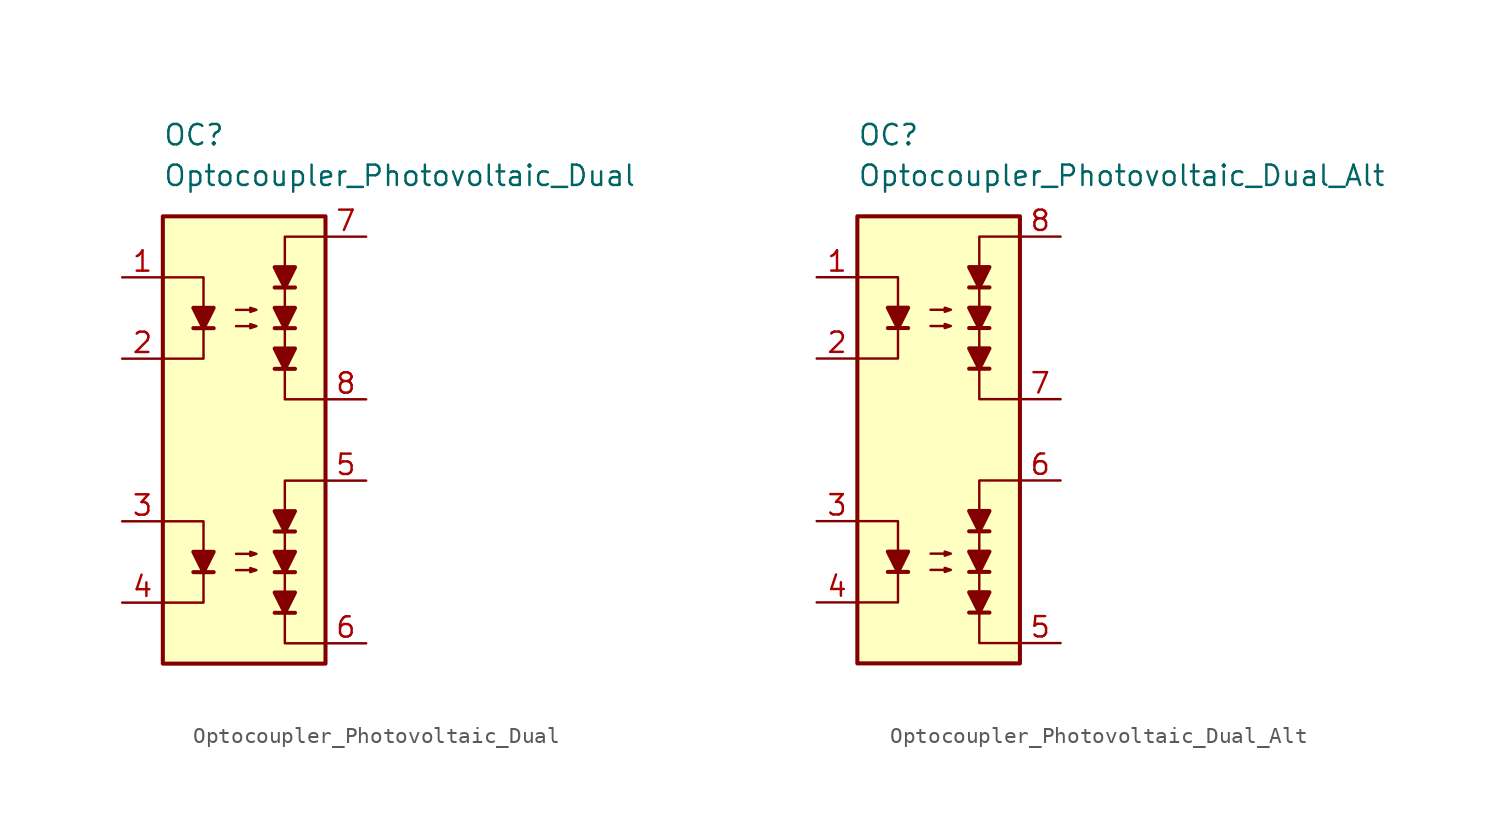
<source format=kicad_sym>
(kicad_symbol_lib
  (version 20211014)
  (generator kicad_symbol_editor)
  (symbol "Optocoupler_Photovoltaic_Dual"
    (pin_names
      (offset 1.016))
    (property "Reference" "OC"
      (at -5.08 19.05 0)
      (effects (font (size 1.27 1.27)) (justify left)))
    (property "Value" "Optocoupler_Photovoltaic_Dual"
      (at -5.08 16.51 0)
      (effects (font (size 1.27 1.27)) (justify left)))
    (symbol "Optocoupler_Photovoltaic_Dual_0_0"
      (polyline (pts (xy 5.08 2.54) (xy 2.54 2.54) (xy 2.54 12.7) (xy 5.08 12.7)) (stroke (width 0) (type default) (color 0 0 0 0)) (fill (type none))))
    (symbol "Optocoupler_Photovoltaic_Dual_0_1"
      (rectangle (start -5.08 13.97) (end 5.08 -13.97) (stroke (width 0.254) (type default) (color 0 0 0 0)) (fill (type background)))
      (polyline (pts (xy -3.175 6.985) (xy -1.905 6.985)) (stroke (width 0.254) (type default) (color 0 0 0 0)) (fill (type none)))
      (polyline (pts (xy -5.08 10.16) (xy -2.54 10.16) (xy -2.54 6.985)) (stroke (width 0) (type default) (color 0 0 0 0)) (fill (type none)))
      (polyline (pts (xy -2.54 6.985) (xy -2.54 5.08) (xy -5.08 5.08)) (stroke (width 0) (type default) (color 0 0 0 0)) (fill (type none)))
      (polyline (pts (xy -2.54 6.985) (xy -3.175 8.255) (xy -1.905 8.255) (xy -2.54 6.985)) (stroke (width 0.254) (type default) (color 0 0 0 0)) (fill (type outline)))
      (polyline (pts (xy -0.508 7.112) (xy 0.762 7.112) (xy 0.381 6.985) (xy 0.381 7.239) (xy 0.762 7.112)) (stroke (width 0) (type default) (color 0 0 0 0)) (fill (type none)))
      (polyline (pts (xy -0.508 8.128) (xy 0.762 8.128) (xy 0.381 8.001) (xy 0.381 8.255) (xy 0.762 8.128)) (stroke (width 0) (type default) (color 0 0 0 0)) (fill (type none))))
    (symbol "Optocoupler_Photovoltaic_Dual_1_1"
      (polyline (pts (xy -3.175 -8.255) (xy -1.905 -8.255)) (stroke (width 0.254) (type default) (color 0 0 0 0)) (fill (type none)))
      (polyline (pts (xy 1.905 -10.795) (xy 3.175 -10.795)) (stroke (width 0.254) (type default) (color 0 0 0 0)) (fill (type none)))
      (polyline (pts (xy 1.905 -8.255) (xy 3.175 -8.255)) (stroke (width 0.254) (type default) (color 0 0 0 0)) (fill (type none)))
      (polyline (pts (xy 1.905 -5.715) (xy 3.175 -5.715)) (stroke (width 0.254) (type default) (color 0 0 0 0)) (fill (type none)))
      (polyline (pts (xy 1.905 4.445) (xy 3.175 4.445)) (stroke (width 0.254) (type default) (color 0 0 0 0)) (fill (type none)))
      (polyline (pts (xy 1.905 6.985) (xy 3.175 6.985)) (stroke (width 0.254) (type default) (color 0 0 0 0)) (fill (type none)))
      (polyline (pts (xy 1.905 9.525) (xy 3.175 9.525)) (stroke (width 0.254) (type default) (color 0 0 0 0)) (fill (type none)))
      (polyline (pts (xy -5.08 -5.08) (xy -2.54 -5.08) (xy -2.54 -8.255)) (stroke (width 0) (type default) (color 0 0 0 0)) (fill (type none)))
      (polyline (pts (xy -2.54 -8.255) (xy -2.54 -10.16) (xy -5.08 -10.16)) (stroke (width 0) (type default) (color 0 0 0 0)) (fill (type none)))
      (polyline (pts (xy -2.54 -8.255) (xy -3.175 -6.985) (xy -1.905 -6.985) (xy -2.54 -8.255)) (stroke (width 0.254) (type default) (color 0 0 0 0)) (fill (type outline)))
      (polyline (pts (xy 2.54 -10.795) (xy 1.905 -9.525) (xy 3.175 -9.525) (xy 2.54 -10.795)) (stroke (width 0.254) (type default) (color 0 0 0 0)) (fill (type outline)))
      (polyline (pts (xy 2.54 -8.255) (xy 1.905 -6.985) (xy 3.175 -6.985) (xy 2.54 -8.255)) (stroke (width 0.254) (type default) (color 0 0 0 0)) (fill (type outline)))
      (polyline (pts (xy 2.54 -5.715) (xy 1.905 -4.445) (xy 3.175 -4.445) (xy 2.54 -5.715)) (stroke (width 0.254) (type default) (color 0 0 0 0)) (fill (type outline)))
      (polyline (pts (xy 2.54 4.445) (xy 1.905 5.715) (xy 3.175 5.715) (xy 2.54 4.445)) (stroke (width 0.254) (type default) (color 0 0 0 0)) (fill (type outline)))
      (polyline (pts (xy 2.54 6.985) (xy 1.905 8.255) (xy 3.175 8.255) (xy 2.54 6.985)) (stroke (width 0.254) (type default) (color 0 0 0 0)) (fill (type outline)))
      (polyline (pts (xy 2.54 9.525) (xy 1.905 10.795) (xy 3.175 10.795) (xy 2.54 9.525)) (stroke (width 0.254) (type default) (color 0 0 0 0)) (fill (type outline)))
      (polyline (pts (xy 5.08 -12.7) (xy 2.54 -12.7) (xy 2.54 -2.54) (xy 5.08 -2.54)) (stroke (width 0) (type default) (color 0 0 0 0)) (fill (type none)))
      (polyline (pts (xy -0.508 -8.128) (xy 0.762 -8.128) (xy 0.381 -8.255) (xy 0.381 -8.001) (xy 0.762 -8.128)) (stroke (width 0) (type default) (color 0 0 0 0)) (fill (type none)))
      (polyline (pts (xy -0.508 -7.112) (xy 0.762 -7.112) (xy 0.381 -7.239) (xy 0.381 -6.985) (xy 0.762 -7.112)) (stroke (width 0) (type default) (color 0 0 0 0)) (fill (type none)))
      (pin passive line (at -7.62 10.16 0) (length 2.54) (name "~" (effects (font (size 1.27 1.27)))) (number "1" (effects (font (size 1.27 1.27)))))
      (pin passive line (at -7.62 5.08 0) (length 2.54) (name "~" (effects (font (size 1.27 1.27)))) (number "2" (effects (font (size 1.27 1.27)))))
      (pin passive line (at -7.62 -5.08 0) (length 2.54) (name "~" (effects (font (size 1.27 1.27)))) (number "3" (effects (font (size 1.27 1.27)))))
      (pin passive line (at -7.62 -10.16 0) (length 2.54) (name "~" (effects (font (size 1.27 1.27)))) (number "4" (effects (font (size 1.27 1.27)))))
      (pin passive line (at 7.62 -2.54 180) (length 2.54) (name "~" (effects (font (size 1.27 1.27)))) (number "5" (effects (font (size 1.27 1.27)))))
      (pin passive line (at 7.62 -12.7 180) (length 2.54) (name "~" (effects (font (size 1.27 1.27)))) (number "6" (effects (font (size 1.27 1.27)))))
      (pin passive line (at 7.62 12.7 180) (length 2.54) (name "~" (effects (font (size 1.27 1.27)))) (number "7" (effects (font (size 1.27 1.27)))))
      (pin passive line (at 7.62 2.54 180) (length 2.54) (name "~" (effects (font (size 1.27 1.27)))) (number "8" (effects (font (size 1.27 1.27)))))))
  (symbol "Optocoupler_Photovoltaic_Dual_Alt"
    (pin_names
      (offset 1.016))
    (property "Reference" "OC"
      (at -5.08 19.05 0)
      (effects (font (size 1.27 1.27)) (justify left)))
    (property "Value" "Optocoupler_Photovoltaic_Dual_Alt"
      (at -5.08 16.51 0)
      (effects (font (size 1.27 1.27)) (justify left)))
    (symbol "Optocoupler_Photovoltaic_Dual_Alt_0_0"
      (polyline (pts (xy 5.08 2.54) (xy 2.54 2.54) (xy 2.54 12.7) (xy 5.08 12.7)) (stroke (width 0) (type default) (color 0 0 0 0)) (fill (type none))))
    (symbol "Optocoupler_Photovoltaic_Dual_Alt_0_1"
      (rectangle (start -5.08 13.97) (end 5.08 -13.97) (stroke (width 0.254) (type default) (color 0 0 0 0)) (fill (type background)))
      (polyline (pts (xy -3.175 6.985) (xy -1.905 6.985)) (stroke (width 0.254) (type default) (color 0 0 0 0)) (fill (type none)))
      (polyline (pts (xy -5.08 10.16) (xy -2.54 10.16) (xy -2.54 6.985)) (stroke (width 0) (type default) (color 0 0 0 0)) (fill (type none)))
      (polyline (pts (xy -2.54 6.985) (xy -2.54 5.08) (xy -5.08 5.08)) (stroke (width 0) (type default) (color 0 0 0 0)) (fill (type none)))
      (polyline (pts (xy -2.54 6.985) (xy -3.175 8.255) (xy -1.905 8.255) (xy -2.54 6.985)) (stroke (width 0.254) (type default) (color 0 0 0 0)) (fill (type outline)))
      (polyline (pts (xy -0.508 7.112) (xy 0.762 7.112) (xy 0.381 6.985) (xy 0.381 7.239) (xy 0.762 7.112)) (stroke (width 0) (type default) (color 0 0 0 0)) (fill (type none)))
      (polyline (pts (xy -0.508 8.128) (xy 0.762 8.128) (xy 0.381 8.001) (xy 0.381 8.255) (xy 0.762 8.128)) (stroke (width 0) (type default) (color 0 0 0 0)) (fill (type none))))
    (symbol "Optocoupler_Photovoltaic_Dual_Alt_1_1"
      (polyline (pts (xy -3.175 -8.255) (xy -1.905 -8.255)) (stroke (width 0.254) (type default) (color 0 0 0 0)) (fill (type none)))
      (polyline (pts (xy 1.905 -10.795) (xy 3.175 -10.795)) (stroke (width 0.254) (type default) (color 0 0 0 0)) (fill (type none)))
      (polyline (pts (xy 1.905 -8.255) (xy 3.175 -8.255)) (stroke (width 0.254) (type default) (color 0 0 0 0)) (fill (type none)))
      (polyline (pts (xy 1.905 -5.715) (xy 3.175 -5.715)) (stroke (width 0.254) (type default) (color 0 0 0 0)) (fill (type none)))
      (polyline (pts (xy 1.905 4.445) (xy 3.175 4.445)) (stroke (width 0.254) (type default) (color 0 0 0 0)) (fill (type none)))
      (polyline (pts (xy 1.905 6.985) (xy 3.175 6.985)) (stroke (width 0.254) (type default) (color 0 0 0 0)) (fill (type none)))
      (polyline (pts (xy 1.905 9.525) (xy 3.175 9.525)) (stroke (width 0.254) (type default) (color 0 0 0 0)) (fill (type none)))
      (polyline (pts (xy -5.08 -5.08) (xy -2.54 -5.08) (xy -2.54 -8.255)) (stroke (width 0) (type default) (color 0 0 0 0)) (fill (type none)))
      (polyline (pts (xy -2.54 -8.255) (xy -2.54 -10.16) (xy -5.08 -10.16)) (stroke (width 0) (type default) (color 0 0 0 0)) (fill (type none)))
      (polyline (pts (xy -2.54 -8.255) (xy -3.175 -6.985) (xy -1.905 -6.985) (xy -2.54 -8.255)) (stroke (width 0.254) (type default) (color 0 0 0 0)) (fill (type outline)))
      (polyline (pts (xy 2.54 -10.795) (xy 1.905 -9.525) (xy 3.175 -9.525) (xy 2.54 -10.795)) (stroke (width 0.254) (type default) (color 0 0 0 0)) (fill (type outline)))
      (polyline (pts (xy 2.54 -8.255) (xy 1.905 -6.985) (xy 3.175 -6.985) (xy 2.54 -8.255)) (stroke (width 0.254) (type default) (color 0 0 0 0)) (fill (type outline)))
      (polyline (pts (xy 2.54 -5.715) (xy 1.905 -4.445) (xy 3.175 -4.445) (xy 2.54 -5.715)) (stroke (width 0.254) (type default) (color 0 0 0 0)) (fill (type outline)))
      (polyline (pts (xy 2.54 4.445) (xy 1.905 5.715) (xy 3.175 5.715) (xy 2.54 4.445)) (stroke (width 0.254) (type default) (color 0 0 0 0)) (fill (type outline)))
      (polyline (pts (xy 2.54 6.985) (xy 1.905 8.255) (xy 3.175 8.255) (xy 2.54 6.985)) (stroke (width 0.254) (type default) (color 0 0 0 0)) (fill (type outline)))
      (polyline (pts (xy 2.54 9.525) (xy 1.905 10.795) (xy 3.175 10.795) (xy 2.54 9.525)) (stroke (width 0.254) (type default) (color 0 0 0 0)) (fill (type outline)))
      (polyline (pts (xy 5.08 -12.7) (xy 2.54 -12.7) (xy 2.54 -2.54) (xy 5.08 -2.54)) (stroke (width 0) (type default) (color 0 0 0 0)) (fill (type none)))
      (polyline (pts (xy -0.508 -8.128) (xy 0.762 -8.128) (xy 0.381 -8.255) (xy 0.381 -8.001) (xy 0.762 -8.128)) (stroke (width 0) (type default) (color 0 0 0 0)) (fill (type none)))
      (polyline (pts (xy -0.508 -7.112) (xy 0.762 -7.112) (xy 0.381 -7.239) (xy 0.381 -6.985) (xy 0.762 -7.112)) (stroke (width 0) (type default) (color 0 0 0 0)) (fill (type none)))
      (pin passive line (at -7.62 10.16 0) (length 2.54) (name "~" (effects (font (size 1.27 1.27)))) (number "1" (effects (font (size 1.27 1.27)))))
      (pin passive line (at -7.62 5.08 0) (length 2.54) (name "~" (effects (font (size 1.27 1.27)))) (number "2" (effects (font (size 1.27 1.27)))))
      (pin passive line (at -7.62 -5.08 0) (length 2.54) (name "~" (effects (font (size 1.27 1.27)))) (number "3" (effects (font (size 1.27 1.27)))))
      (pin passive line (at -7.62 -10.16 0) (length 2.54) (name "~" (effects (font (size 1.27 1.27)))) (number "4" (effects (font (size 1.27 1.27)))))
      (pin passive line (at 7.62 -12.7 180) (length 2.54) (name "~" (effects (font (size 1.27 1.27)))) (number "5" (effects (font (size 1.27 1.27)))))
      (pin passive line (at 7.62 -2.54 180) (length 2.54) (name "~" (effects (font (size 1.27 1.27)))) (number "6" (effects (font (size 1.27 1.27)))))
      (pin passive line (at 7.62 2.54 180) (length 2.54) (name "~" (effects (font (size 1.27 1.27)))) (number "7" (effects (font (size 1.27 1.27)))))
      (pin passive line (at 7.62 12.7 180) (length 2.54) (name "~" (effects (font (size 1.27 1.27)))) (number "8" (effects (font (size 1.27 1.27))))))))
</source>
